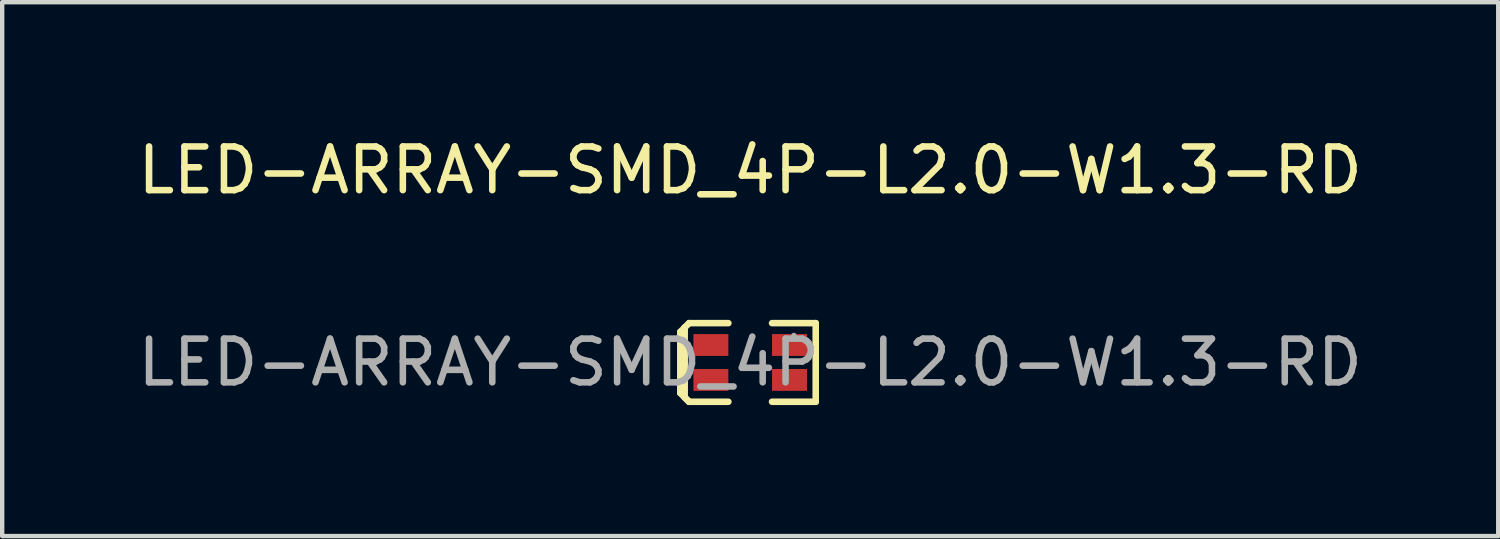
<source format=kicad_pcb>
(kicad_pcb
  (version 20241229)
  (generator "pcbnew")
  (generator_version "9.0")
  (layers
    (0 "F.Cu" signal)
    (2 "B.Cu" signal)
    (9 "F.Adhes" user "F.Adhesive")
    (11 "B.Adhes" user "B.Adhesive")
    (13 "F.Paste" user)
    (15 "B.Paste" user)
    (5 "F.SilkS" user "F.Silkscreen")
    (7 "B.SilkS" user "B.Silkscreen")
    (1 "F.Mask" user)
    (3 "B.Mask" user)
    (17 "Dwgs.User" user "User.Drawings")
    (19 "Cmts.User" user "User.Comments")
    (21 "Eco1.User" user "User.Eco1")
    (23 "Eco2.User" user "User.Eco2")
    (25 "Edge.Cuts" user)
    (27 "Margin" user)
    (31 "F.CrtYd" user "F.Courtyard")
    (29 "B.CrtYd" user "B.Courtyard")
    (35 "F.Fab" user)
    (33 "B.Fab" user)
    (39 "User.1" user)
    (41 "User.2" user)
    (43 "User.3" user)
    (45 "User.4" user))
  (footprint "LED-ARRAY-SMD_4P-L2.0-W1.3-RD"
    (layer "F.Cu")
    (at 14.125 5.248)
    (property "Reference" "LED-ARRAY-SMD_4P-L2.0-W1.3-RD" (at 0 -4.4 0) (layer "F.SilkS") (effects (font (size 1 1) (thickness 0.15))))
    (attr smd)
    (fp_line (start -1.6 -0.7) (end -1.6 0.7) (stroke (width 0.15) (type solid)) (layer "F.SilkS"))
    (fp_line (start -1.6 0.7) (end -1.4 0.9) (stroke (width 0.15) (type solid)) (layer "F.SilkS"))
    (fp_line (start -1.5 -0.8) (end -1.6 -0.7) (stroke (width 0.15) (type solid)) (layer "F.SilkS"))
    (fp_line (start -1.5 -0.8) (end -1.5 -0.8) (stroke (width 0.15) (type solid)) (layer "F.SilkS"))
    (fp_line (start -1.5 -0.8) (end -1.5 0.8) (stroke (width 0.15) (type solid)) (layer "F.SilkS"))
    (fp_line (start -1.5 0.8) (end -1.4 0.9) (stroke (width 0.15) (type solid)) (layer "F.SilkS"))
    (fp_line (start -1.4 -0.9) (end -1.5 -0.8) (stroke (width 0.15) (type solid)) (layer "F.SilkS"))
    (fp_line (start -1.4 -0.9) (end -0.5 -0.9) (stroke (width 0.15) (type solid)) (layer "F.SilkS"))
    (fp_line (start -1.4 0.9) (end -0.5 0.9) (stroke (width 0.15) (type solid)) (layer "F.SilkS"))
    (fp_line (start 1.5 -0.9) (end 0.5 -0.9) (stroke (width 0.15) (type solid)) (layer "F.SilkS"))
    (fp_line (start 1.5 0.9) (end 0.5 0.9) (stroke (width 0.15) (type solid)) (layer "F.SilkS"))
    (fp_line (start 1.5 0.9) (end 1.5 -0.9) (stroke (width 0.15) (type solid)) (layer "F.SilkS"))
    (fp_circle (center 1 -0.62) (end 1.03 -0.62) (stroke (width 0.06) (type solid)) (fill no) (layer "F.Fab"))
    (fp_text user "${REFERENCE}" (at 0 0 0) (layer "F.Fab") (effects (font (size 1 1) (thickness 0.15))))
    (pad "1" smd rect (at 0.9 -0.4 270) (size 0.5 0.8) (layers "F.Cu" "F.Mask" "F.Paste"))
    (pad "2" smd rect (at -0.9 -0.4 270) (size 0.5 0.8) (layers "F.Cu" "F.Mask" "F.Paste"))
    (pad "3" smd rect (at 0.9 0.4 270) (size 0.5 0.8) (layers "F.Cu" "F.Mask" "F.Paste"))
    (pad "4" smd rect (at -0.9 0.4 270) (size 0.5 0.8) (layers "F.Cu" "F.Mask" "F.Paste")))
  (gr_rect
    (start -3 -3)
    (end 31.25 9.223)
    (stroke (width 0.1) (type default))
    (fill no)
    (layer "Edge.Cuts")))
</source>
